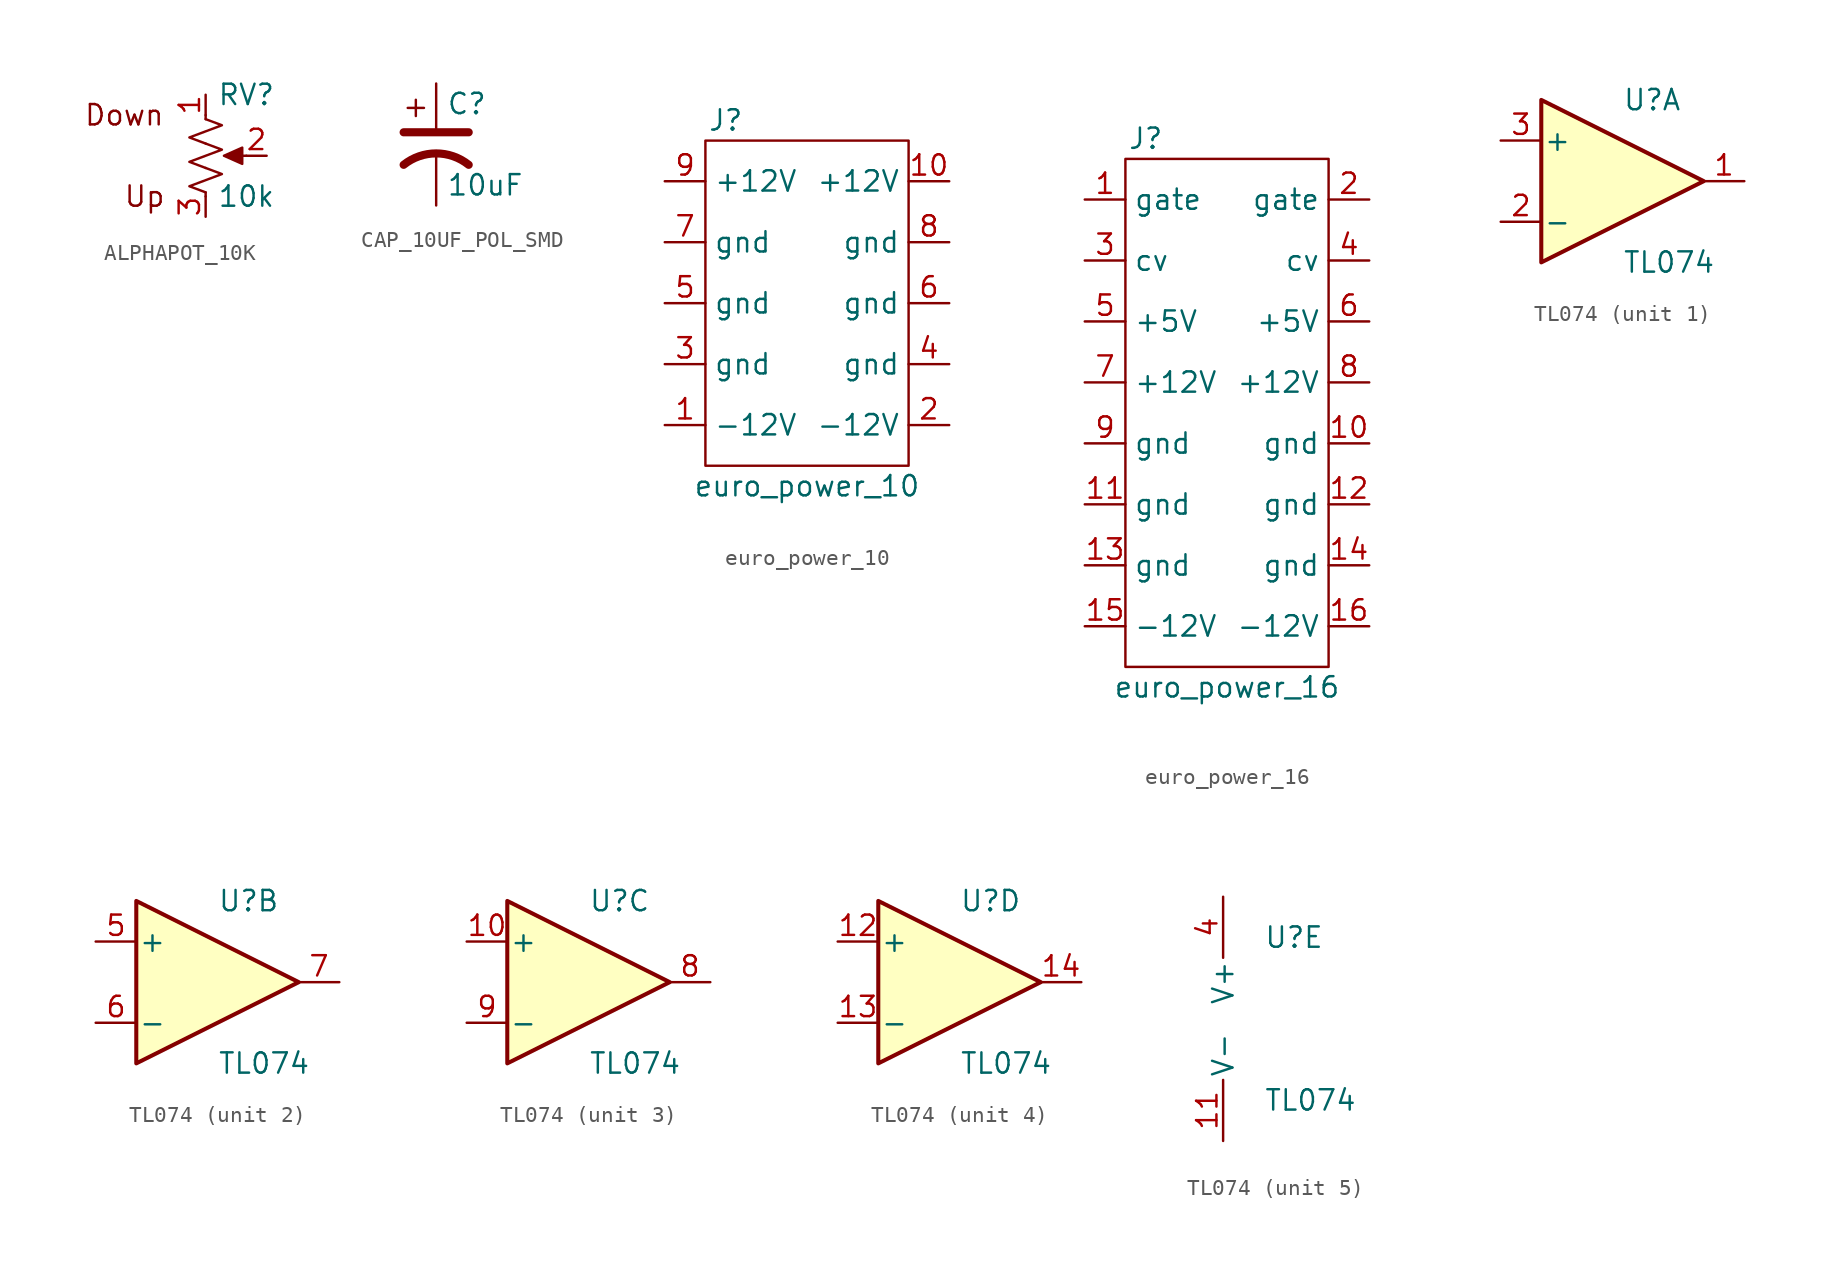
<source format=kicad_sym>
(kicad_symbol_lib
  (version 20220914)
  (generator kicad_symbol_editor)
  (symbol "ALPHAPOT_10K"
    (pin_names
      (offset 1.016) hide)
    (property "Reference" "RV"
      (at 2.54 3.81 0)
      (effects (font (size 1.27 1.27))))
    (property "Value" "10k"
      (at 2.54 -2.54 0)
      (effects (font (size 1.27 1.27))))
    (symbol "ALPHAPOT_10K_0_1"
      (polyline (pts (xy 0 -2.286) (xy 0 -2.54)) (stroke (width 0) (type default)) (fill (type none)))
      (polyline (pts (xy 0 2.54) (xy 0 2.286)) (stroke (width 0) (type default)) (fill (type none)))
      (polyline (pts (xy 2.54 0) (xy 1.524 0)) (stroke (width 0) (type default)) (fill (type none)))
      (polyline (pts (xy 1.143 0) (xy 2.286 0.508) (xy 2.286 -0.508) (xy 1.143 0)) (stroke (width 0) (type default)) (fill (type outline)))
      (polyline (pts (xy 0 -0.762) (xy 1.016 -1.143) (xy 0 -1.524) (xy -1.016 -1.905) (xy 0 -2.286)) (stroke (width 0) (type default)) (fill (type none)))
      (polyline (pts (xy 0 0.762) (xy 1.016 0.381) (xy 0 0) (xy -1.016 -0.381) (xy 0 -0.762)) (stroke (width 0) (type default)) (fill (type none)))
      (polyline (pts (xy 0 2.286) (xy 1.016 1.905) (xy 0 1.524) (xy -1.016 1.143) (xy 0 0.762)) (stroke (width 0) (type default)) (fill (type none))))
    (symbol "ALPHAPOT_10K_1_1"
      (text "Down" (at -5.08 2.54 0) (effects (font (size 1.27 1.27))))
      (text "Up" (at -3.81 -2.54 0) (effects (font (size 1.27 1.27))))
      (pin passive line (at 0 3.81 270) (length 1.27) (name "1" (effects (font (size 1.27 1.27)))) (number "1" (effects (font (size 1.27 1.27)))))
      (pin passive line (at 3.81 0 180) (length 1.27) (name "2" (effects (font (size 1.27 1.27)))) (number "2" (effects (font (size 1.27 1.27)))))
      (pin passive line (at 0 -3.81 90) (length 1.27) (name "3" (effects (font (size 1.27 1.27)))) (number "3" (effects (font (size 1.27 1.27)))))))
  (symbol "CAP_10UF_POL_SMD"
    (pin_numbers hide)
    (pin_names
      (offset 0.254) hide)
    (property "Reference" "C"
      (at 0.635 2.54 0)
      (effects (font (size 1.27 1.27)) (justify left)))
    (property "Value" "10uF"
      (at 0.635 -2.54 0)
      (effects (font (size 1.27 1.27)) (justify left)))
    (symbol "CAP_10UF_POL_SMD_0_1"
      (polyline (pts (xy -2.032 0.762) (xy 2.032 0.762)) (stroke (width 0.508) (type default)) (fill (type none)))
      (polyline (pts (xy -1.778 2.286) (xy -0.762 2.286)) (stroke (width 0) (type default)) (fill (type none)))
      (polyline (pts (xy -1.27 1.778) (xy -1.27 2.794)) (stroke (width 0) (type default)) (fill (type none)))
      (arc (start 2.032 -1.27) (mid 0 -0.5572) (end -2.032 -1.27) (stroke (width 0.508) (type default)) (fill (type none))))
    (symbol "CAP_10UF_POL_SMD_1_1"
      (pin passive line (at 0 3.81 270) (length 2.794) (name "~" (effects (font (size 1.27 1.27)))) (number "1" (effects (font (size 1.27 1.27)))))
      (pin passive line (at 0 -3.81 90) (length 3.302) (name "~" (effects (font (size 1.27 1.27)))) (number "2" (effects (font (size 1.27 1.27)))))))
  (symbol "euro_power_10"
    (property "Reference" "J"
      (at -5.08 11.43 0)
      (effects (font (size 1.27 1.27))))
    (property "Value" "euro_power_10"
      (at 0 -11.43 0)
      (effects (font (size 1.27 1.27))))
    (symbol "euro_power_10_0_1"
      (rectangle (start -6.35 10.16) (end 6.35 -10.16) (stroke (width 0) (type default)) (fill (type none))))
    (symbol "euro_power_10_1_1"
      (pin power_in line (at -8.89 -7.62 0) (length 2.54) (name "-12V" (effects (font (size 1.27 1.27)))) (number "1" (effects (font (size 1.27 1.27)))))
      (pin power_in line (at 8.89 7.62 180) (length 2.54) (name "+12V" (effects (font (size 1.27 1.27)))) (number "10" (effects (font (size 1.27 1.27)))))
      (pin power_in line (at 8.89 -7.62 180) (length 2.54) (name "-12V" (effects (font (size 1.27 1.27)))) (number "2" (effects (font (size 1.27 1.27)))))
      (pin power_in line (at -8.89 -3.81 0) (length 2.54) (name "gnd" (effects (font (size 1.27 1.27)))) (number "3" (effects (font (size 1.27 1.27)))))
      (pin power_in line (at 8.89 -3.81 180) (length 2.54) (name "gnd" (effects (font (size 1.27 1.27)))) (number "4" (effects (font (size 1.27 1.27)))))
      (pin power_in line (at -8.89 0 0) (length 2.54) (name "gnd" (effects (font (size 1.27 1.27)))) (number "5" (effects (font (size 1.27 1.27)))))
      (pin power_in line (at 8.89 0 180) (length 2.54) (name "gnd" (effects (font (size 1.27 1.27)))) (number "6" (effects (font (size 1.27 1.27)))))
      (pin power_in line (at -8.89 3.81 0) (length 2.54) (name "gnd" (effects (font (size 1.27 1.27)))) (number "7" (effects (font (size 1.27 1.27)))))
      (pin power_in line (at 8.89 3.81 180) (length 2.54) (name "gnd" (effects (font (size 1.27 1.27)))) (number "8" (effects (font (size 1.27 1.27)))))
      (pin power_in line (at -8.89 7.62 0) (length 2.54) (name "+12V" (effects (font (size 1.27 1.27)))) (number "9" (effects (font (size 1.27 1.27)))))))
  (symbol "euro_power_16"
    (property "Reference" "J"
      (at -5.08 17.78 0)
      (effects (font (size 1.27 1.27))))
    (property "Value" "euro_power_16"
      (at 0 -16.51 0)
      (effects (font (size 1.27 1.27))))
    (symbol "euro_power_16_0_1"
      (rectangle (start -6.35 16.51) (end 6.35 -15.24) (stroke (width 0) (type default)) (fill (type none))))
    (symbol "euro_power_16_1_1"
      (pin bidirectional line (at -8.89 13.97 0) (length 2.54) (name "gate" (effects (font (size 1.27 1.27)))) (number "1" (effects (font (size 1.27 1.27)))))
      (pin power_in line (at 8.89 -1.27 180) (length 2.54) (name "gnd" (effects (font (size 1.27 1.27)))) (number "10" (effects (font (size 1.27 1.27)))))
      (pin power_in line (at -8.89 -5.08 0) (length 2.54) (name "gnd" (effects (font (size 1.27 1.27)))) (number "11" (effects (font (size 1.27 1.27)))))
      (pin power_in line (at 8.89 -5.08 180) (length 2.54) (name "gnd" (effects (font (size 1.27 1.27)))) (number "12" (effects (font (size 1.27 1.27)))))
      (pin power_in line (at -8.89 -8.89 0) (length 2.54) (name "gnd" (effects (font (size 1.27 1.27)))) (number "13" (effects (font (size 1.27 1.27)))))
      (pin power_in line (at 8.89 -8.89 180) (length 2.54) (name "gnd" (effects (font (size 1.27 1.27)))) (number "14" (effects (font (size 1.27 1.27)))))
      (pin power_in line (at -8.89 -12.7 0) (length 2.54) (name "-12V" (effects (font (size 1.27 1.27)))) (number "15" (effects (font (size 1.27 1.27)))))
      (pin power_in line (at 8.89 -12.7 180) (length 2.54) (name "-12V" (effects (font (size 1.27 1.27)))) (number "16" (effects (font (size 1.27 1.27)))))
      (pin bidirectional line (at 8.89 13.97 180) (length 2.54) (name "gate" (effects (font (size 1.27 1.27)))) (number "2" (effects (font (size 1.27 1.27)))))
      (pin bidirectional line (at -8.89 10.16 0) (length 2.54) (name "cv" (effects (font (size 1.27 1.27)))) (number "3" (effects (font (size 1.27 1.27)))))
      (pin bidirectional line (at 8.89 10.16 180) (length 2.54) (name "cv" (effects (font (size 1.27 1.27)))) (number "4" (effects (font (size 1.27 1.27)))))
      (pin power_in line (at -8.89 6.35 0) (length 2.54) (name "+5V" (effects (font (size 1.27 1.27)))) (number "5" (effects (font (size 1.27 1.27)))))
      (pin power_in line (at 8.89 6.35 180) (length 2.54) (name "+5V" (effects (font (size 1.27 1.27)))) (number "6" (effects (font (size 1.27 1.27)))))
      (pin power_in line (at -8.89 2.54 0) (length 2.54) (name "+12V" (effects (font (size 1.27 1.27)))) (number "7" (effects (font (size 1.27 1.27)))))
      (pin power_in line (at 8.89 2.54 180) (length 2.54) (name "+12V" (effects (font (size 1.27 1.27)))) (number "8" (effects (font (size 1.27 1.27)))))
      (pin power_in line (at -8.89 -1.27 0) (length 2.54) (name "gnd" (effects (font (size 1.27 1.27)))) (number "9" (effects (font (size 1.27 1.27)))))))
  (symbol "TL074"
    (pin_names
      (offset 0.127))
    (property "Reference" "U"
      (at 0 5.08 0)
      (effects (font (size 1.27 1.27)) (justify left)))
    (property "Value" "TL074"
      (at 0 -5.08 0)
      (effects (font (size 1.27 1.27)) (justify left)))
    (property "ki_locked" ""
      (at 0 0 0)
      (effects (font (size 1.27 1.27))))
    (symbol "TL074_1_1"
      (polyline (pts (xy -5.08 5.08) (xy 5.08 0) (xy -5.08 -5.08) (xy -5.08 5.08)) (stroke (width 0.254) (type default)) (fill (type background)))
      (pin output line (at 7.62 0 180) (length 2.54) (name "~" (effects (font (size 1.27 1.27)))) (number "1" (effects (font (size 1.27 1.27)))))
      (pin input line (at -7.62 -2.54 0) (length 2.54) (name "-" (effects (font (size 1.27 1.27)))) (number "2" (effects (font (size 1.27 1.27)))))
      (pin input line (at -7.62 2.54 0) (length 2.54) (name "+" (effects (font (size 1.27 1.27)))) (number "3" (effects (font (size 1.27 1.27))))))
    (symbol "TL074_2_1"
      (polyline (pts (xy -5.08 5.08) (xy 5.08 0) (xy -5.08 -5.08) (xy -5.08 5.08)) (stroke (width 0.254) (type default)) (fill (type background)))
      (pin input line (at -7.62 2.54 0) (length 2.54) (name "+" (effects (font (size 1.27 1.27)))) (number "5" (effects (font (size 1.27 1.27)))))
      (pin input line (at -7.62 -2.54 0) (length 2.54) (name "-" (effects (font (size 1.27 1.27)))) (number "6" (effects (font (size 1.27 1.27)))))
      (pin output line (at 7.62 0 180) (length 2.54) (name "~" (effects (font (size 1.27 1.27)))) (number "7" (effects (font (size 1.27 1.27))))))
    (symbol "TL074_3_1"
      (polyline (pts (xy -5.08 5.08) (xy 5.08 0) (xy -5.08 -5.08) (xy -5.08 5.08)) (stroke (width 0.254) (type default)) (fill (type background)))
      (pin input line (at -7.62 2.54 0) (length 2.54) (name "+" (effects (font (size 1.27 1.27)))) (number "10" (effects (font (size 1.27 1.27)))))
      (pin output line (at 7.62 0 180) (length 2.54) (name "~" (effects (font (size 1.27 1.27)))) (number "8" (effects (font (size 1.27 1.27)))))
      (pin input line (at -7.62 -2.54 0) (length 2.54) (name "-" (effects (font (size 1.27 1.27)))) (number "9" (effects (font (size 1.27 1.27))))))
    (symbol "TL074_4_1"
      (polyline (pts (xy -5.08 5.08) (xy 5.08 0) (xy -5.08 -5.08) (xy -5.08 5.08)) (stroke (width 0.254) (type default)) (fill (type background)))
      (pin input line (at -7.62 2.54 0) (length 2.54) (name "+" (effects (font (size 1.27 1.27)))) (number "12" (effects (font (size 1.27 1.27)))))
      (pin input line (at -7.62 -2.54 0) (length 2.54) (name "-" (effects (font (size 1.27 1.27)))) (number "13" (effects (font (size 1.27 1.27)))))
      (pin output line (at 7.62 0 180) (length 2.54) (name "~" (effects (font (size 1.27 1.27)))) (number "14" (effects (font (size 1.27 1.27))))))
    (symbol "TL074_5_1"
      (pin power_in line (at -2.54 -7.62 90) (length 3.81) (name "V-" (effects (font (size 1.27 1.27)))) (number "11" (effects (font (size 1.27 1.27)))))
      (pin power_in line (at -2.54 7.62 270) (length 3.81) (name "V+" (effects (font (size 1.27 1.27)))) (number "4" (effects (font (size 1.27 1.27))))))))
</source>
